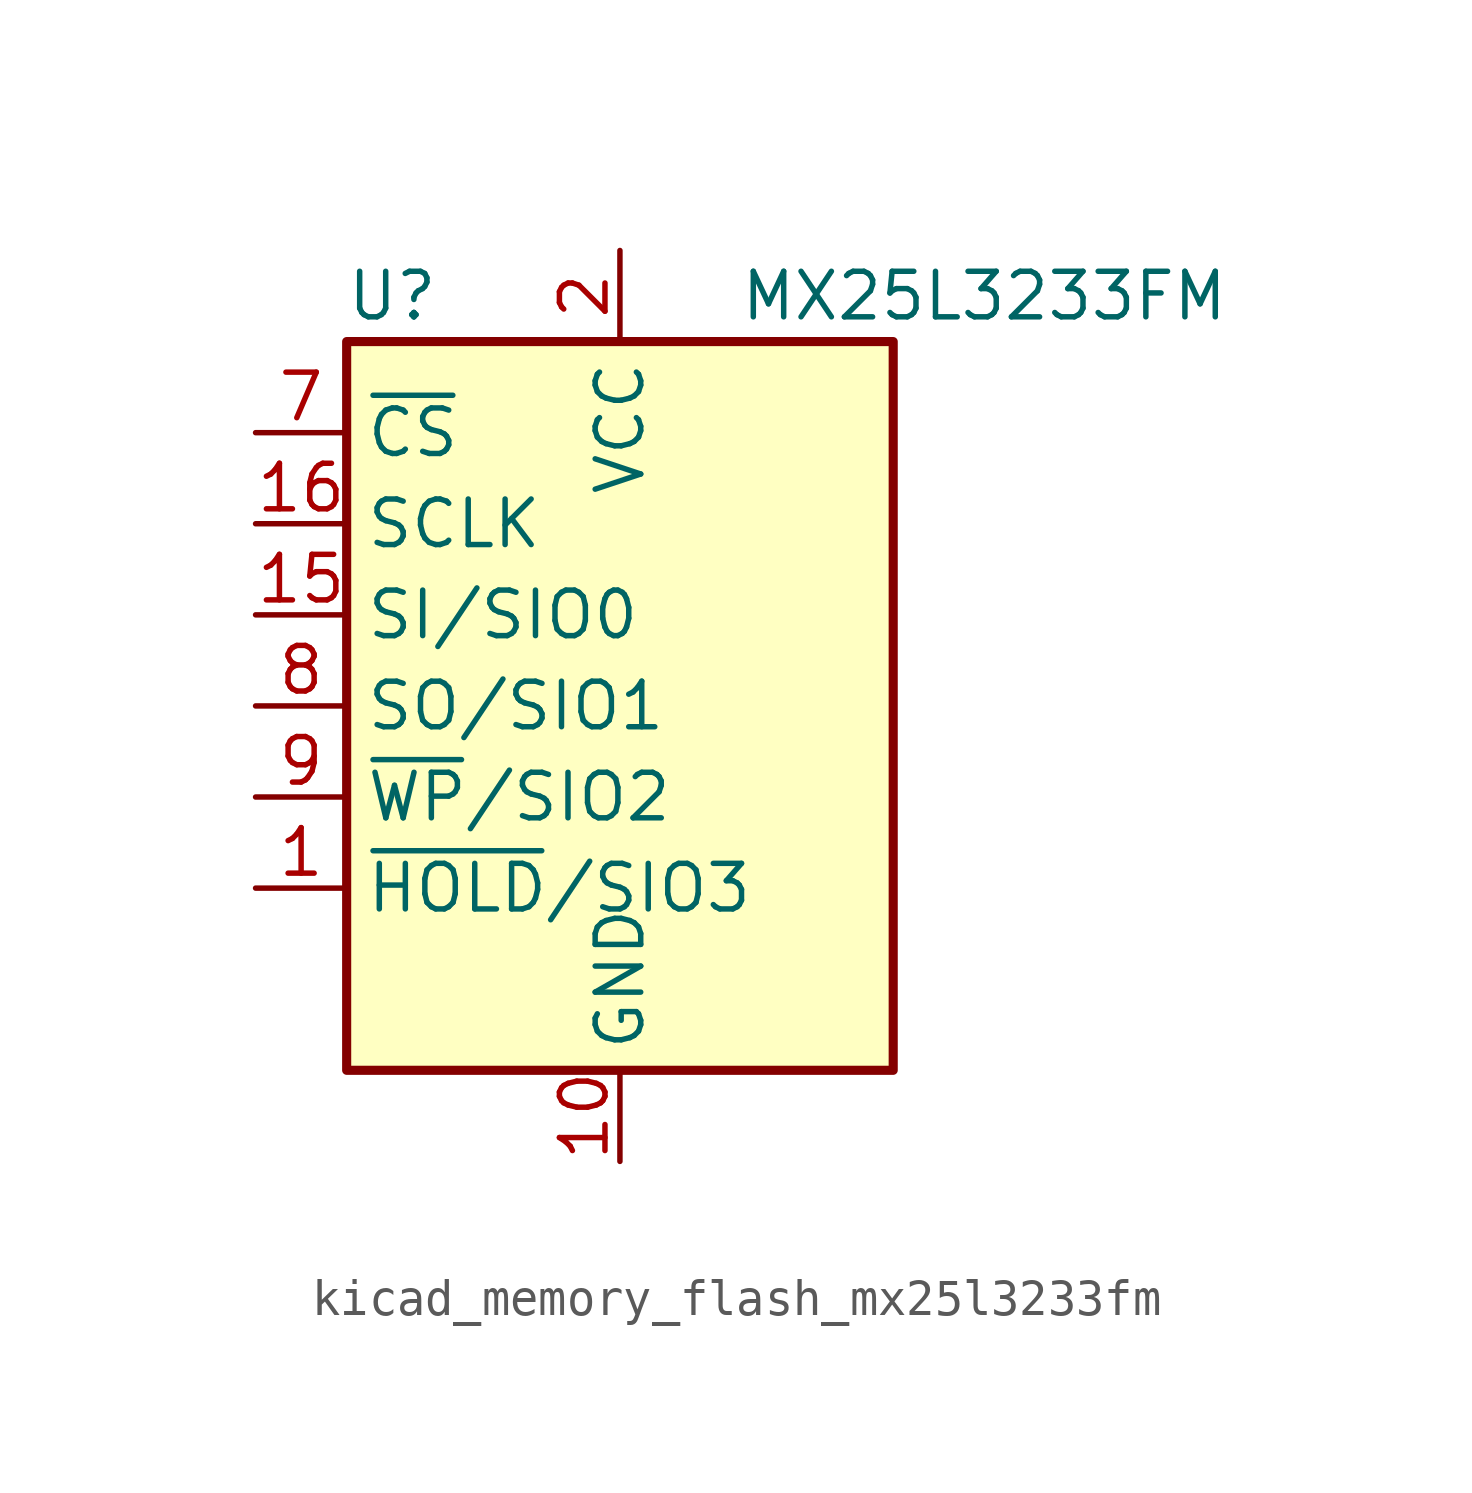
<source format=kicad_sym>
(kicad_symbol_lib
  (version 20220914)
  (generator kicad_symbol_editor)
  (symbol "kicad_memory_flash_mx25l3233fm"
    (property "Reference" "U"
      (at -6.35 11.43 0)
      (effects (font (size 1.27 1.27))))
    (property "Value" "MX25L3233FM"
      (at 10.16 11.43 0)
      (effects (font (size 1.27 1.27))))
    (symbol "kicad_memory_flash_mx25l3233fm_0_1"
      (rectangle (start -7.62 10.16) (end 7.62 -10.16) (stroke (width 0.254) (type default)) (fill (type background))))
    (symbol "kicad_memory_flash_mx25l3233fm_1_1"
      (pin bidirectional line (at -10.16 -5.08 0) (length 2.54) (name "~{HOLD}/SIO3" (effects (font (size 1.27 1.27)))) (number "1" (effects (font (size 1.27 1.27)))))
      (pin power_in line (at 0 -12.7 90) (length 2.54) (name "GND" (effects (font (size 1.27 1.27)))) (number "10" (effects (font (size 1.27 1.27)))))
      (pin bidirectional line (at -10.16 2.54 0) (length 2.54) (name "SI/SIO0" (effects (font (size 1.27 1.27)))) (number "15" (effects (font (size 1.27 1.27)))))
      (pin input line (at -10.16 5.08 0) (length 2.54) (name "SCLK" (effects (font (size 1.27 1.27)))) (number "16" (effects (font (size 1.27 1.27)))))
      (pin power_in line (at 0 12.7 270) (length 2.54) (name "VCC" (effects (font (size 1.27 1.27)))) (number "2" (effects (font (size 1.27 1.27)))))
      (pin input line (at -10.16 7.62 0) (length 2.54) (name "~{CS}" (effects (font (size 1.27 1.27)))) (number "7" (effects (font (size 1.27 1.27)))))
      (pin bidirectional line (at -10.16 0 0) (length 2.54) (name "SO/SIO1" (effects (font (size 1.27 1.27)))) (number "8" (effects (font (size 1.27 1.27)))))
      (pin bidirectional line (at -10.16 -2.54 0) (length 2.54) (name "~{WP}/SIO2" (effects (font (size 1.27 1.27)))) (number "9" (effects (font (size 1.27 1.27))))))))
</source>
